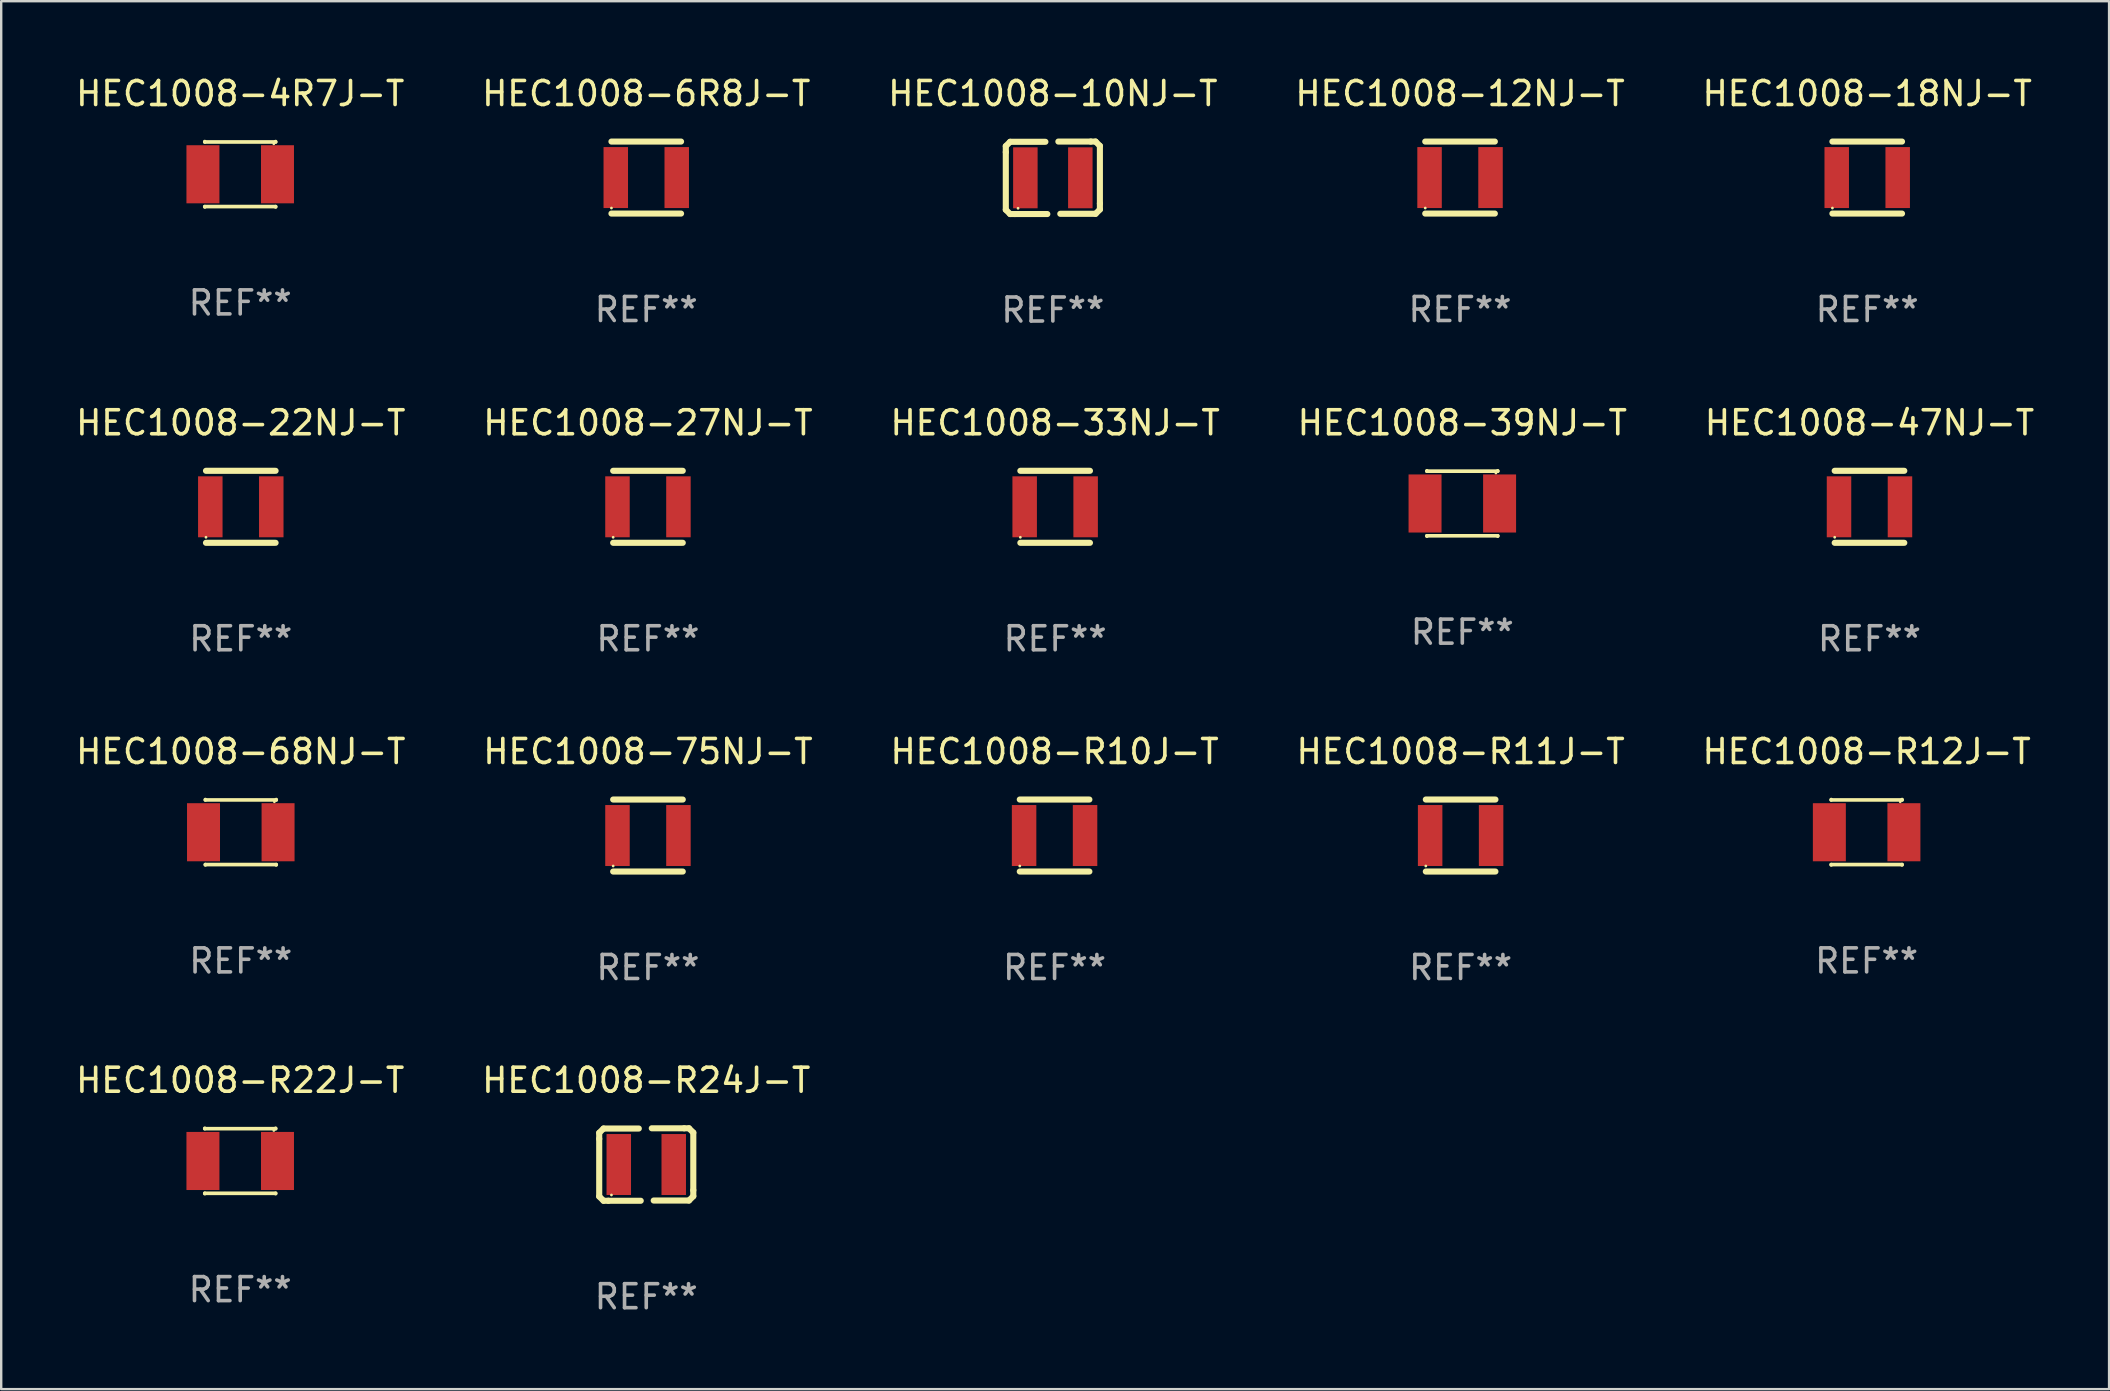
<source format=kicad_pcb>
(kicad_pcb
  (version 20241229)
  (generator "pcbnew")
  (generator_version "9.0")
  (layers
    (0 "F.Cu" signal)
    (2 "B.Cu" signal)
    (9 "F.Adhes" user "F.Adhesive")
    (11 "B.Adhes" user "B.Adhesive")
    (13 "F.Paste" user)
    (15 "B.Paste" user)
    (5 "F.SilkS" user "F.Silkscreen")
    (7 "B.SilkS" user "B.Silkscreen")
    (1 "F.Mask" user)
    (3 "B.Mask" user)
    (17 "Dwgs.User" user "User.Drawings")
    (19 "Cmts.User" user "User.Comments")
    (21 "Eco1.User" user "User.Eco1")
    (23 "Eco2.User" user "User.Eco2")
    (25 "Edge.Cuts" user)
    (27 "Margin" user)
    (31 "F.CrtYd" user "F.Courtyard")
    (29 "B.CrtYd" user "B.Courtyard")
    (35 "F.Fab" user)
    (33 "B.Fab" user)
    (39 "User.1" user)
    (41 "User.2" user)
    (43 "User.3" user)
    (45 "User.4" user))
  (footprint "HEC1008-4R7J-T"
    (layer "F.Cu")
    (at 6.958 4.211)
    (property "Reference" "HEC1008-4R7J-T" (at 0 -3.362 0) (layer "F.SilkS") (effects (font (size 1 1) (thickness 0.15))))
    (attr through_hole)
    (fp_line (start -1.476 -1.362) (end -1.476 -1.346) (stroke (width 0.152) (type solid)) (layer "F.SilkS"))
    (fp_line (start -1.476 -1.346) (end 1.476 -1.346) (stroke (width 0.152) (type solid)) (layer "F.SilkS"))
    (fp_line (start -1.476 1.346) (end 1.476 1.346) (stroke (width 0.152) (type solid)) (layer "F.SilkS"))
    (fp_line (start -1.476 1.362) (end -1.476 1.346) (stroke (width 0.152) (type solid)) (layer "F.SilkS"))
    (fp_line (start 1.476 -1.346) (end 1.476 -1.362) (stroke (width 0.152) (type solid)) (layer "F.SilkS"))
    (fp_line (start 1.476 1.346) (end 1.476 1.362) (stroke (width 0.152) (type solid)) (layer "F.SilkS"))
    (fp_circle (center 1.4 -1.27) (end 1.43 -1.27) (stroke (width 0.06) (type solid)) (fill no) (layer "F.SilkS"))
    (fp_text user "REF**" (at 0 5.362 0) (layer "F.Fab") (effects (font (size 1 1) (thickness 0.15))))
    (pad "1" smd rect (at 1.553 0) (size 1.374 2.42) (layers "F.Cu" "F.Mask" "F.Paste"))
    (pad "2" smd rect (at -1.553 0) (size 1.374 2.42) (layers "F.Cu" "F.Mask" "F.Paste")))
  (footprint "HEC1008-R10J-T"
    (layer "F.Cu")
    (at 40.887 31.761)
    (property "Reference" "HEC1008-R10J-T" (at 0 -3.5 0) (layer "F.SilkS") (effects (font (size 1 1) (thickness 0.15))))
    (attr through_hole)
    (fp_line (start -1.45 -1.5) (end 1.45 -1.5) (stroke (width 0.254) (type solid)) (layer "F.SilkS"))
    (fp_line (start -1.45 1.5) (end 1.45 1.5) (stroke (width 0.254) (type solid)) (layer "F.SilkS"))
    (fp_circle (center -1.45 1.27) (end -1.42 1.27) (stroke (width 0.06) (type solid)) (fill no) (layer "F.SilkS"))
    (fp_text user "REF**" (at 0 5.5 0) (layer "F.Fab") (effects (font (size 1 1) (thickness 0.15))))
    (pad "1" smd rect (at -1.27 0 90) (size 2.54 1.02) (layers "F.Cu" "F.Mask" "F.Paste"))
    (pad "2" smd rect (at 1.27 0 90) (size 2.54 1.02) (layers "F.Cu" "F.Mask" "F.Paste")))
  (footprint "HEC1008-6R8J-T"
    (layer "F.Cu")
    (at 23.875 4.348)
    (property "Reference" "HEC1008-6R8J-T" (at 0 -3.5 0) (layer "F.SilkS") (effects (font (size 1 1) (thickness 0.15))))
    (attr through_hole)
    (fp_line (start -1.45 -1.5) (end 1.45 -1.5) (stroke (width 0.254) (type solid)) (layer "F.SilkS"))
    (fp_line (start -1.45 1.5) (end 1.45 1.5) (stroke (width 0.254) (type solid)) (layer "F.SilkS"))
    (fp_circle (center -1.45 1.27) (end -1.42 1.27) (stroke (width 0.06) (type solid)) (fill no) (layer "F.SilkS"))
    (fp_text user "REF**" (at 0 5.5 0) (layer "F.Fab") (effects (font (size 1 1) (thickness 0.15))))
    (pad "1" smd rect (at -1.27 0 90) (size 2.54 1.02) (layers "F.Cu" "F.Mask" "F.Paste"))
    (pad "2" smd rect (at 1.27 0 90) (size 2.54 1.02) (layers "F.Cu" "F.Mask" "F.Paste")))
  (footprint "HEC1008-10NJ-T"
    (layer "F.Cu")
    (at 40.815 4.358)
    (property "Reference" "HEC1008-10NJ-T" (at 0 -3.51 0) (layer "F.SilkS") (effects (font (size 1 1) (thickness 0.15))))
    (attr through_hole)
    (fp_line (start -1.96 -1.32) (end -1.78 -1.5) (stroke (width 0.254) (type solid)) (layer "F.SilkS"))
    (fp_line (start -1.96 -1.07) (end -1.96 -1.32) (stroke (width 0.254) (type solid)) (layer "F.SilkS"))
    (fp_line (start -1.96 1.33) (end -1.96 -1.07) (stroke (width 0.254) (type solid)) (layer "F.SilkS"))
    (fp_line (start -1.78 -1.5) (end -0.31 -1.5) (stroke (width 0.254) (type solid)) (layer "F.SilkS"))
    (fp_line (start -1.78 1.51) (end -1.96 1.33) (stroke (width 0.254) (type solid)) (layer "F.SilkS"))
    (fp_line (start -1.58 1.51) (end -1.78 1.51) (stroke (width 0.254) (type solid)) (layer "F.SilkS"))
    (fp_line (start -0.23 1.51) (end -1.58 1.51) (stroke (width 0.254) (type solid)) (layer "F.SilkS"))
    (fp_line (start 0.23 -1.51) (end 1.58 -1.51) (stroke (width 0.254) (type solid)) (layer "F.SilkS"))
    (fp_line (start 1.58 -1.51) (end 1.78 -1.51) (stroke (width 0.254) (type solid)) (layer "F.SilkS"))
    (fp_line (start 1.78 -1.51) (end 1.96 -1.33) (stroke (width 0.254) (type solid)) (layer "F.SilkS"))
    (fp_line (start 1.78 1.5) (end 0.31 1.5) (stroke (width 0.254) (type solid)) (layer "F.SilkS"))
    (fp_line (start 1.96 -1.33) (end 1.96 1.07) (stroke (width 0.254) (type solid)) (layer "F.SilkS"))
    (fp_line (start 1.96 1.07) (end 1.96 1.32) (stroke (width 0.254) (type solid)) (layer "F.SilkS"))
    (fp_line (start 1.96 1.32) (end 1.78 1.5) (stroke (width 0.254) (type solid)) (layer "F.SilkS"))
    (fp_circle (center -1.45 1.27) (end -1.42 1.27) (stroke (width 0.06) (type solid)) (fill no) (layer "F.SilkS"))
    (fp_text user "REF**" (at 0 5.51 0) (layer "F.Fab") (effects (font (size 1 1) (thickness 0.15))))
    (pad "1" smd rect (at -1.145 0.000013 90) (size 2.54 1.02) (layers "F.Cu" "F.Mask" "F.Paste"))
    (pad "2" smd rect (at 1.145 0.000013 90) (size 2.54 1.02) (layers "F.Cu" "F.Mask" "F.Paste")))
  (footprint "HEC1008-27NJ-T"
    (layer "F.Cu")
    (at 23.946 18.065)
    (property "Reference" "HEC1008-27NJ-T" (at 0 -3.5 0) (layer "F.SilkS") (effects (font (size 1 1) (thickness 0.15))))
    (attr through_hole)
    (fp_line (start -1.45 -1.5) (end 1.45 -1.5) (stroke (width 0.254) (type solid)) (layer "F.SilkS"))
    (fp_line (start -1.45 1.5) (end 1.45 1.5) (stroke (width 0.254) (type solid)) (layer "F.SilkS"))
    (fp_circle (center -1.45 1.27) (end -1.42 1.27) (stroke (width 0.06) (type solid)) (fill no) (layer "F.SilkS"))
    (fp_text user "REF**" (at 0 5.5 0) (layer "F.Fab") (effects (font (size 1 1) (thickness 0.15))))
    (pad "1" smd rect (at -1.27 0 90) (size 2.54 1.02) (layers "F.Cu" "F.Mask" "F.Paste"))
    (pad "2" smd rect (at 1.27 0 90) (size 2.54 1.02) (layers "F.Cu" "F.Mask" "F.Paste")))
  (footprint "HEC1008-47NJ-T"
    (layer "F.Cu")
    (at 74.839 18.065)
    (property "Reference" "HEC1008-47NJ-T" (at 0 -3.5 0) (layer "F.SilkS") (effects (font (size 1 1) (thickness 0.15))))
    (attr through_hole)
    (fp_line (start -1.45 -1.5) (end 1.45 -1.5) (stroke (width 0.254) (type solid)) (layer "F.SilkS"))
    (fp_line (start -1.45 1.5) (end 1.45 1.5) (stroke (width 0.254) (type solid)) (layer "F.SilkS"))
    (fp_circle (center -1.45 1.27) (end -1.42 1.27) (stroke (width 0.06) (type solid)) (fill no) (layer "F.SilkS"))
    (fp_text user "REF**" (at 0 5.5 0) (layer "F.Fab") (effects (font (size 1 1) (thickness 0.15))))
    (pad "1" smd rect (at -1.27 0 90) (size 2.54 1.02) (layers "F.Cu" "F.Mask" "F.Paste"))
    (pad "2" smd rect (at 1.27 0 90) (size 2.54 1.02) (layers "F.Cu" "F.Mask" "F.Paste")))
  (footprint "HEC1008-R24J-T"
    (layer "F.Cu")
    (at 23.875 45.468)
    (property "Reference" "HEC1008-R24J-T" (at 0 -3.51 0) (layer "F.SilkS") (effects (font (size 1 1) (thickness 0.15))))
    (attr through_hole)
    (fp_line (start -1.96 -1.32) (end -1.78 -1.5) (stroke (width 0.254) (type solid)) (layer "F.SilkS"))
    (fp_line (start -1.96 -1.07) (end -1.96 -1.32) (stroke (width 0.254) (type solid)) (layer "F.SilkS"))
    (fp_line (start -1.96 1.33) (end -1.96 -1.07) (stroke (width 0.254) (type solid)) (layer "F.SilkS"))
    (fp_line (start -1.78 -1.5) (end -0.31 -1.5) (stroke (width 0.254) (type solid)) (layer "F.SilkS"))
    (fp_line (start -1.78 1.51) (end -1.96 1.33) (stroke (width 0.254) (type solid)) (layer "F.SilkS"))
    (fp_line (start -1.58 1.51) (end -1.78 1.51) (stroke (width 0.254) (type solid)) (layer "F.SilkS"))
    (fp_line (start -0.23 1.51) (end -1.58 1.51) (stroke (width 0.254) (type solid)) (layer "F.SilkS"))
    (fp_line (start 0.23 -1.51) (end 1.58 -1.51) (stroke (width 0.254) (type solid)) (layer "F.SilkS"))
    (fp_line (start 1.58 -1.51) (end 1.78 -1.51) (stroke (width 0.254) (type solid)) (layer "F.SilkS"))
    (fp_line (start 1.78 -1.51) (end 1.96 -1.33) (stroke (width 0.254) (type solid)) (layer "F.SilkS"))
    (fp_line (start 1.78 1.5) (end 0.31 1.5) (stroke (width 0.254) (type solid)) (layer "F.SilkS"))
    (fp_line (start 1.96 -1.33) (end 1.96 1.07) (stroke (width 0.254) (type solid)) (layer "F.SilkS"))
    (fp_line (start 1.96 1.07) (end 1.96 1.32) (stroke (width 0.254) (type solid)) (layer "F.SilkS"))
    (fp_line (start 1.96 1.32) (end 1.78 1.5) (stroke (width 0.254) (type solid)) (layer "F.SilkS"))
    (fp_circle (center -1.45 1.27) (end -1.42 1.27) (stroke (width 0.06) (type solid)) (fill no) (layer "F.SilkS"))
    (fp_text user "REF**" (at 0 5.51 0) (layer "F.Fab") (effects (font (size 1 1) (thickness 0.15))))
    (pad "1" smd rect (at -1.145 0.000013 90) (size 2.54 1.02) (layers "F.Cu" "F.Mask" "F.Paste"))
    (pad "2" smd rect (at 1.145 0.000013 90) (size 2.54 1.02) (layers "F.Cu" "F.Mask" "F.Paste")))
  (footprint "HEC1008-22NJ-T"
    (layer "F.Cu")
    (at 6.982 18.065)
    (property "Reference" "HEC1008-22NJ-T" (at 0 -3.5 0) (layer "F.SilkS") (effects (font (size 1 1) (thickness 0.15))))
    (attr through_hole)
    (fp_line (start -1.45 -1.5) (end 1.45 -1.5) (stroke (width 0.254) (type solid)) (layer "F.SilkS"))
    (fp_line (start -1.45 1.5) (end 1.45 1.5) (stroke (width 0.254) (type solid)) (layer "F.SilkS"))
    (fp_circle (center -1.45 1.27) (end -1.42 1.27) (stroke (width 0.06) (type solid)) (fill no) (layer "F.SilkS"))
    (fp_text user "REF**" (at 0 5.5 0) (layer "F.Fab") (effects (font (size 1 1) (thickness 0.15))))
    (pad "1" smd rect (at -1.27 0 90) (size 2.54 1.02) (layers "F.Cu" "F.Mask" "F.Paste"))
    (pad "2" smd rect (at 1.27 0 90) (size 2.54 1.02) (layers "F.Cu" "F.Mask" "F.Paste")))
  (footprint "HEC1008-R22J-T"
    (layer "F.Cu")
    (at 6.958 45.32)
    (property "Reference" "HEC1008-R22J-T" (at 0 -3.362 0) (layer "F.SilkS") (effects (font (size 1 1) (thickness 0.15))))
    (attr through_hole)
    (fp_line (start -1.476 -1.362) (end -1.476 -1.346) (stroke (width 0.152) (type solid)) (layer "F.SilkS"))
    (fp_line (start -1.476 -1.346) (end 1.476 -1.346) (stroke (width 0.152) (type solid)) (layer "F.SilkS"))
    (fp_line (start -1.476 1.346) (end 1.476 1.346) (stroke (width 0.152) (type solid)) (layer "F.SilkS"))
    (fp_line (start -1.476 1.362) (end -1.476 1.346) (stroke (width 0.152) (type solid)) (layer "F.SilkS"))
    (fp_line (start 1.476 -1.346) (end 1.476 -1.362) (stroke (width 0.152) (type solid)) (layer "F.SilkS"))
    (fp_line (start 1.476 1.346) (end 1.476 1.362) (stroke (width 0.152) (type solid)) (layer "F.SilkS"))
    (fp_circle (center 1.4 -1.27) (end 1.43 -1.27) (stroke (width 0.06) (type solid)) (fill no) (layer "F.SilkS"))
    (fp_text user "REF**" (at 0 5.362 0) (layer "F.Fab") (effects (font (size 1 1) (thickness 0.15))))
    (pad "1" smd rect (at 1.553 0) (size 1.374 2.42) (layers "F.Cu" "F.Mask" "F.Paste"))
    (pad "2" smd rect (at -1.553 0) (size 1.374 2.42) (layers "F.Cu" "F.Mask" "F.Paste")))
  (footprint "HEC1008-18NJ-T"
    (layer "F.Cu")
    (at 74.744 4.348)
    (property "Reference" "HEC1008-18NJ-T" (at 0 -3.5 0) (layer "F.SilkS") (effects (font (size 1 1) (thickness 0.15))))
    (attr through_hole)
    (fp_line (start -1.45 -1.5) (end 1.45 -1.5) (stroke (width 0.254) (type solid)) (layer "F.SilkS"))
    (fp_line (start -1.45 1.5) (end 1.45 1.5) (stroke (width 0.254) (type solid)) (layer "F.SilkS"))
    (fp_circle (center -1.45 1.27) (end -1.42 1.27) (stroke (width 0.06) (type solid)) (fill no) (layer "F.SilkS"))
    (fp_text user "REF**" (at 0 5.5 0) (layer "F.Fab") (effects (font (size 1 1) (thickness 0.15))))
    (pad "1" smd rect (at -1.27 0 90) (size 2.54 1.02) (layers "F.Cu" "F.Mask" "F.Paste"))
    (pad "2" smd rect (at 1.27 0 90) (size 2.54 1.02) (layers "F.Cu" "F.Mask" "F.Paste")))
  (footprint "HEC1008-R12J-T"
    (layer "F.Cu")
    (at 74.72 31.624)
    (property "Reference" "HEC1008-R12J-T" (at 0 -3.362 0) (layer "F.SilkS") (effects (font (size 1 1) (thickness 0.15))))
    (attr through_hole)
    (fp_line (start -1.476 -1.362) (end -1.476 -1.346) (stroke (width 0.152) (type solid)) (layer "F.SilkS"))
    (fp_line (start -1.476 -1.346) (end 1.476 -1.346) (stroke (width 0.152) (type solid)) (layer "F.SilkS"))
    (fp_line (start -1.476 1.346) (end 1.476 1.346) (stroke (width 0.152) (type solid)) (layer "F.SilkS"))
    (fp_line (start -1.476 1.362) (end -1.476 1.346) (stroke (width 0.152) (type solid)) (layer "F.SilkS"))
    (fp_line (start 1.476 -1.346) (end 1.476 -1.362) (stroke (width 0.152) (type solid)) (layer "F.SilkS"))
    (fp_line (start 1.476 1.346) (end 1.476 1.362) (stroke (width 0.152) (type solid)) (layer "F.SilkS"))
    (fp_circle (center 1.4 -1.27) (end 1.43 -1.27) (stroke (width 0.06) (type solid)) (fill no) (layer "F.SilkS"))
    (fp_text user "REF**" (at 0 5.362 0) (layer "F.Fab") (effects (font (size 1 1) (thickness 0.15))))
    (pad "1" smd rect (at 1.553 0) (size 1.374 2.42) (layers "F.Cu" "F.Mask" "F.Paste"))
    (pad "2" smd rect (at -1.553 0) (size 1.374 2.42) (layers "F.Cu" "F.Mask" "F.Paste")))
  (footprint "HEC1008-12NJ-T"
    (layer "F.Cu")
    (at 57.78 4.348)
    (property "Reference" "HEC1008-12NJ-T" (at 0 -3.5 0) (layer "F.SilkS") (effects (font (size 1 1) (thickness 0.15))))
    (attr through_hole)
    (fp_line (start -1.45 -1.5) (end 1.45 -1.5) (stroke (width 0.254) (type solid)) (layer "F.SilkS"))
    (fp_line (start -1.45 1.5) (end 1.45 1.5) (stroke (width 0.254) (type solid)) (layer "F.SilkS"))
    (fp_circle (center -1.45 1.27) (end -1.42 1.27) (stroke (width 0.06) (type solid)) (fill no) (layer "F.SilkS"))
    (fp_text user "REF**" (at 0 5.5 0) (layer "F.Fab") (effects (font (size 1 1) (thickness 0.15))))
    (pad "1" smd rect (at -1.27 0 90) (size 2.54 1.02) (layers "F.Cu" "F.Mask" "F.Paste"))
    (pad "2" smd rect (at 1.27 0 90) (size 2.54 1.02) (layers "F.Cu" "F.Mask" "F.Paste")))
  (footprint "HEC1008-39NJ-T"
    (layer "F.Cu")
    (at 57.875 17.927)
    (property "Reference" "HEC1008-39NJ-T" (at 0 -3.362 0) (layer "F.SilkS") (effects (font (size 1 1) (thickness 0.15))))
    (attr through_hole)
    (fp_line (start -1.476 -1.362) (end -1.476 -1.346) (stroke (width 0.152) (type solid)) (layer "F.SilkS"))
    (fp_line (start -1.476 -1.346) (end 1.476 -1.346) (stroke (width 0.152) (type solid)) (layer "F.SilkS"))
    (fp_line (start -1.476 1.346) (end 1.476 1.346) (stroke (width 0.152) (type solid)) (layer "F.SilkS"))
    (fp_line (start -1.476 1.362) (end -1.476 1.346) (stroke (width 0.152) (type solid)) (layer "F.SilkS"))
    (fp_line (start 1.476 -1.346) (end 1.476 -1.362) (stroke (width 0.152) (type solid)) (layer "F.SilkS"))
    (fp_line (start 1.476 1.346) (end 1.476 1.362) (stroke (width 0.152) (type solid)) (layer "F.SilkS"))
    (fp_circle (center 1.4 -1.27) (end 1.43 -1.27) (stroke (width 0.06) (type solid)) (fill no) (layer "F.SilkS"))
    (fp_text user "REF**" (at 0 5.362 0) (layer "F.Fab") (effects (font (size 1 1) (thickness 0.15))))
    (pad "1" smd rect (at 1.553 0) (size 1.374 2.42) (layers "F.Cu" "F.Mask" "F.Paste"))
    (pad "2" smd rect (at -1.553 0) (size 1.374 2.42) (layers "F.Cu" "F.Mask" "F.Paste")))
  (footprint "HEC1008-75NJ-T"
    (layer "F.Cu")
    (at 23.946 31.761)
    (property "Reference" "HEC1008-75NJ-T" (at 0 -3.5 0) (layer "F.SilkS") (effects (font (size 1 1) (thickness 0.15))))
    (attr through_hole)
    (fp_line (start -1.45 -1.5) (end 1.45 -1.5) (stroke (width 0.254) (type solid)) (layer "F.SilkS"))
    (fp_line (start -1.45 1.5) (end 1.45 1.5) (stroke (width 0.254) (type solid)) (layer "F.SilkS"))
    (fp_circle (center -1.45 1.27) (end -1.42 1.27) (stroke (width 0.06) (type solid)) (fill no) (layer "F.SilkS"))
    (fp_text user "REF**" (at 0 5.5 0) (layer "F.Fab") (effects (font (size 1 1) (thickness 0.15))))
    (pad "1" smd rect (at -1.27 0 90) (size 2.54 1.02) (layers "F.Cu" "F.Mask" "F.Paste"))
    (pad "2" smd rect (at 1.27 0 90) (size 2.54 1.02) (layers "F.Cu" "F.Mask" "F.Paste")))
  (footprint "HEC1008-R11J-T"
    (layer "F.Cu")
    (at 57.804 31.761)
    (property "Reference" "HEC1008-R11J-T" (at 0 -3.5 0) (layer "F.SilkS") (effects (font (size 1 1) (thickness 0.15))))
    (attr through_hole)
    (fp_line (start -1.45 -1.5) (end 1.45 -1.5) (stroke (width 0.254) (type solid)) (layer "F.SilkS"))
    (fp_line (start -1.45 1.5) (end 1.45 1.5) (stroke (width 0.254) (type solid)) (layer "F.SilkS"))
    (fp_circle (center -1.45 1.27) (end -1.42 1.27) (stroke (width 0.06) (type solid)) (fill no) (layer "F.SilkS"))
    (fp_text user "REF**" (at 0 5.5 0) (layer "F.Fab") (effects (font (size 1 1) (thickness 0.15))))
    (pad "1" smd rect (at -1.27 0 90) (size 2.54 1.02) (layers "F.Cu" "F.Mask" "F.Paste"))
    (pad "2" smd rect (at 1.27 0 90) (size 2.54 1.02) (layers "F.Cu" "F.Mask" "F.Paste")))
  (footprint "HEC1008-68NJ-T"
    (layer "F.Cu")
    (at 6.982 31.624)
    (property "Reference" "HEC1008-68NJ-T" (at 0 -3.362 0) (layer "F.SilkS") (effects (font (size 1 1) (thickness 0.15))))
    (attr through_hole)
    (fp_line (start -1.476 -1.362) (end -1.476 -1.346) (stroke (width 0.152) (type solid)) (layer "F.SilkS"))
    (fp_line (start -1.476 -1.346) (end 1.476 -1.346) (stroke (width 0.152) (type solid)) (layer "F.SilkS"))
    (fp_line (start -1.476 1.346) (end 1.476 1.346) (stroke (width 0.152) (type solid)) (layer "F.SilkS"))
    (fp_line (start -1.476 1.362) (end -1.476 1.346) (stroke (width 0.152) (type solid)) (layer "F.SilkS"))
    (fp_line (start 1.476 -1.346) (end 1.476 -1.362) (stroke (width 0.152) (type solid)) (layer "F.SilkS"))
    (fp_line (start 1.476 1.346) (end 1.476 1.362) (stroke (width 0.152) (type solid)) (layer "F.SilkS"))
    (fp_circle (center 1.4 -1.27) (end 1.43 -1.27) (stroke (width 0.06) (type solid)) (fill no) (layer "F.SilkS"))
    (fp_text user "REF**" (at 0 5.362 0) (layer "F.Fab") (effects (font (size 1 1) (thickness 0.15))))
    (pad "1" smd rect (at 1.553 0) (size 1.374 2.42) (layers "F.Cu" "F.Mask" "F.Paste"))
    (pad "2" smd rect (at -1.553 0) (size 1.374 2.42) (layers "F.Cu" "F.Mask" "F.Paste")))
  (footprint "HEC1008-33NJ-T"
    (layer "F.Cu")
    (at 40.911 18.065)
    (property "Reference" "HEC1008-33NJ-T" (at 0 -3.5 0) (layer "F.SilkS") (effects (font (size 1 1) (thickness 0.15))))
    (attr through_hole)
    (fp_line (start -1.45 -1.5) (end 1.45 -1.5) (stroke (width 0.254) (type solid)) (layer "F.SilkS"))
    (fp_line (start -1.45 1.5) (end 1.45 1.5) (stroke (width 0.254) (type solid)) (layer "F.SilkS"))
    (fp_circle (center -1.45 1.27) (end -1.42 1.27) (stroke (width 0.06) (type solid)) (fill no) (layer "F.SilkS"))
    (fp_text user "REF**" (at 0 5.5 0) (layer "F.Fab") (effects (font (size 1 1) (thickness 0.15))))
    (pad "1" smd rect (at -1.27 0 90) (size 2.54 1.02) (layers "F.Cu" "F.Mask" "F.Paste"))
    (pad "2" smd rect (at 1.27 0 90) (size 2.54 1.02) (layers "F.Cu" "F.Mask" "F.Paste")))
  (gr_rect
    (start -3 -3)
    (end 84.821 54.826)
    (stroke (width 0.1) (type default))
    (fill no)
    (layer "Edge.Cuts")))
</source>
